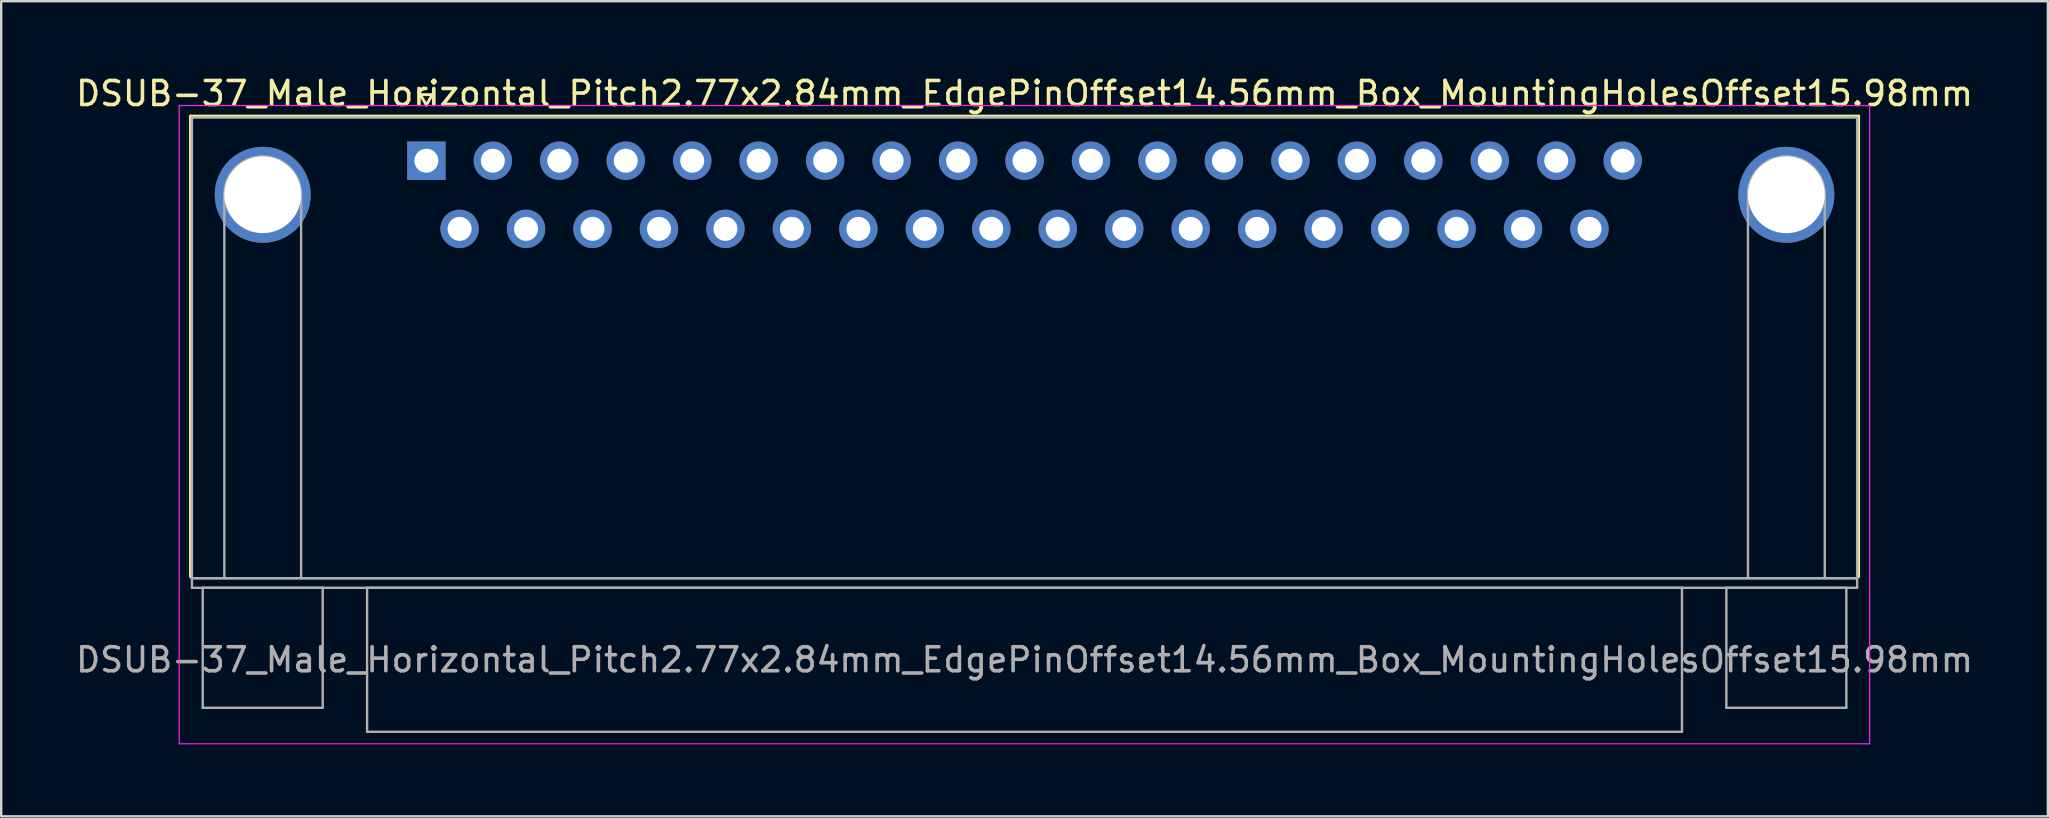
<source format=kicad_pcb>
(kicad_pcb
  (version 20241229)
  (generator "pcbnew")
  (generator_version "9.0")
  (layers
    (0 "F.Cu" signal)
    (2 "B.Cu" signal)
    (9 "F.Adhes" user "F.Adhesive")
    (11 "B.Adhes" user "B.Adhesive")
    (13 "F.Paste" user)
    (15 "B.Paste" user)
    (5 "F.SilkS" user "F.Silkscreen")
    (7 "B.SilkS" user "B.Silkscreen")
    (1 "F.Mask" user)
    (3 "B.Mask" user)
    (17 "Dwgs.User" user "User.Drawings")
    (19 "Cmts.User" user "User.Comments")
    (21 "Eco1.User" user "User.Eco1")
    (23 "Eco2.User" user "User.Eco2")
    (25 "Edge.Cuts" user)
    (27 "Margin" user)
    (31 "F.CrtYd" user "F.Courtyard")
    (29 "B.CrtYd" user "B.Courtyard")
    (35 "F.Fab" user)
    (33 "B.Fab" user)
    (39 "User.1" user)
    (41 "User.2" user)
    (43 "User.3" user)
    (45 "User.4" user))
  (footprint "DSUB-37_Male_Horizontal_Pitch2.77x2.84mm_EdgePinOffset14.56mm_Box_MountingHolesOffset15.98mm"
    (layer "F.Cu")
    (at 14.719 3.648)
    (property "Reference" "DSUB-37_Male_Horizontal_Pitch2.77x2.84mm_EdgePinOffset14.56mm_Box_MountingHolesOffset15.98mm" (at 24.93 -2.8 0) (layer "F.SilkS") (effects (font (size 1 1) (thickness 0.15))))
    (attr through_hole)
    (fp_line (start -9.83 -1.86) (end 59.69 -1.86) (stroke (width 0.12) (type solid)) (layer "F.SilkS"))
    (fp_line (start -9.83 17.34) (end -9.83 -1.86) (stroke (width 0.12) (type solid)) (layer "F.SilkS"))
    (fp_line (start -0.25 -2.754) (end 0.25 -2.754) (stroke (width 0.12) (type solid)) (layer "F.SilkS"))
    (fp_line (start 0 -2.321) (end -0.25 -2.754) (stroke (width 0.12) (type solid)) (layer "F.SilkS"))
    (fp_line (start 0.25 -2.754) (end 0 -2.321) (stroke (width 0.12) (type solid)) (layer "F.SilkS"))
    (fp_line (start 59.69 -1.86) (end 59.69 17.34) (stroke (width 0.12) (type solid)) (layer "F.SilkS"))
    (fp_line (start -10.3 -2.3) (end -10.3 24.3) (stroke (width 0.05) (type solid)) (layer "F.CrtYd"))
    (fp_line (start -10.3 24.3) (end 60.15 24.3) (stroke (width 0.05) (type solid)) (layer "F.CrtYd"))
    (fp_line (start 60.15 -2.3) (end -10.3 -2.3) (stroke (width 0.05) (type solid)) (layer "F.CrtYd"))
    (fp_line (start 60.15 24.3) (end 60.15 -2.3) (stroke (width 0.05) (type solid)) (layer "F.CrtYd"))
    (fp_line (start -9.77 -1.8) (end -9.77 17.4) (stroke (width 0.1) (type solid)) (layer "F.Fab"))
    (fp_line (start -9.77 17.4) (end -9.77 17.8) (stroke (width 0.1) (type solid)) (layer "F.Fab"))
    (fp_line (start -9.77 17.4) (end 59.63 17.4) (stroke (width 0.1) (type solid)) (layer "F.Fab"))
    (fp_line (start -9.77 17.8) (end 59.63 17.8) (stroke (width 0.1) (type solid)) (layer "F.Fab"))
    (fp_line (start -9.32 17.8) (end -9.32 22.8) (stroke (width 0.1) (type solid)) (layer "F.Fab"))
    (fp_line (start -9.32 22.8) (end -4.32 22.8) (stroke (width 0.1) (type solid)) (layer "F.Fab"))
    (fp_line (start -8.42 17.4) (end -8.42 1.42) (stroke (width 0.1) (type solid)) (layer "F.Fab"))
    (fp_line (start -5.22 17.4) (end -5.22 1.42) (stroke (width 0.1) (type solid)) (layer "F.Fab"))
    (fp_line (start -4.32 17.8) (end -9.32 17.8) (stroke (width 0.1) (type solid)) (layer "F.Fab"))
    (fp_line (start -4.32 22.8) (end -4.32 17.8) (stroke (width 0.1) (type solid)) (layer "F.Fab"))
    (fp_line (start -2.47 17.8) (end -2.47 23.8) (stroke (width 0.1) (type solid)) (layer "F.Fab"))
    (fp_line (start -2.47 23.8) (end 52.33 23.8) (stroke (width 0.1) (type solid)) (layer "F.Fab"))
    (fp_line (start 52.33 17.8) (end -2.47 17.8) (stroke (width 0.1) (type solid)) (layer "F.Fab"))
    (fp_line (start 52.33 23.8) (end 52.33 17.8) (stroke (width 0.1) (type solid)) (layer "F.Fab"))
    (fp_line (start 54.18 17.8) (end 54.18 22.8) (stroke (width 0.1) (type solid)) (layer "F.Fab"))
    (fp_line (start 54.18 22.8) (end 59.18 22.8) (stroke (width 0.1) (type solid)) (layer "F.Fab"))
    (fp_line (start 55.08 17.4) (end 55.08 1.42) (stroke (width 0.1) (type solid)) (layer "F.Fab"))
    (fp_line (start 58.28 17.4) (end 58.28 1.42) (stroke (width 0.1) (type solid)) (layer "F.Fab"))
    (fp_line (start 59.18 17.8) (end 54.18 17.8) (stroke (width 0.1) (type solid)) (layer "F.Fab"))
    (fp_line (start 59.18 22.8) (end 59.18 17.8) (stroke (width 0.1) (type solid)) (layer "F.Fab"))
    (fp_line (start 59.63 -1.8) (end -9.77 -1.8) (stroke (width 0.1) (type solid)) (layer "F.Fab"))
    (fp_line (start 59.63 17.4) (end -9.77 17.4) (stroke (width 0.1) (type solid)) (layer "F.Fab"))
    (fp_line (start 59.63 17.4) (end 59.63 -1.8) (stroke (width 0.1) (type solid)) (layer "F.Fab"))
    (fp_line (start 59.63 17.8) (end 59.63 17.4) (stroke (width 0.1) (type solid)) (layer "F.Fab"))
    (fp_arc (start -8.42 1.42) (mid -6.82 -0.18) (end -5.22 1.42) (stroke (width 0.1) (type solid)) (layer "F.Fab"))
    (fp_arc (start 55.08 1.42) (mid 56.68 -0.18) (end 58.28 1.42) (stroke (width 0.1) (type solid)) (layer "F.Fab"))
    (fp_text user "${REFERENCE}" (at 24.93 20.8 0) (layer "F.Fab") (effects (font (size 1 1) (thickness 0.15))))
    (pad "0" thru_hole circle (at -6.82 1.42) (size 4 4) (drill 3.2) (layers "*.Cu" "*.Mask"))
    (pad "0" thru_hole circle (at 56.68 1.42) (size 4 4) (drill 3.2) (layers "*.Cu" "*.Mask"))
    (pad "1" thru_hole rect (at 0 0) (size 1.6 1.6) (drill 1) (layers "*.Cu" "*.Mask"))
    (pad "2" thru_hole circle (at 2.77 0) (size 1.6 1.6) (drill 1) (layers "*.Cu" "*.Mask"))
    (pad "3" thru_hole circle (at 5.54 0) (size 1.6 1.6) (drill 1) (layers "*.Cu" "*.Mask"))
    (pad "4" thru_hole circle (at 8.31 0) (size 1.6 1.6) (drill 1) (layers "*.Cu" "*.Mask"))
    (pad "5" thru_hole circle (at 11.08 0) (size 1.6 1.6) (drill 1) (layers "*.Cu" "*.Mask"))
    (pad "6" thru_hole circle (at 13.85 0) (size 1.6 1.6) (drill 1) (layers "*.Cu" "*.Mask"))
    (pad "7" thru_hole circle (at 16.62 0) (size 1.6 1.6) (drill 1) (layers "*.Cu" "*.Mask"))
    (pad "8" thru_hole circle (at 19.39 0) (size 1.6 1.6) (drill 1) (layers "*.Cu" "*.Mask"))
    (pad "9" thru_hole circle (at 22.16 0) (size 1.6 1.6) (drill 1) (layers "*.Cu" "*.Mask"))
    (pad "10" thru_hole circle (at 24.93 0) (size 1.6 1.6) (drill 1) (layers "*.Cu" "*.Mask"))
    (pad "11" thru_hole circle (at 27.7 0) (size 1.6 1.6) (drill 1) (layers "*.Cu" "*.Mask"))
    (pad "12" thru_hole circle (at 30.47 0) (size 1.6 1.6) (drill 1) (layers "*.Cu" "*.Mask"))
    (pad "13" thru_hole circle (at 33.24 0) (size 1.6 1.6) (drill 1) (layers "*.Cu" "*.Mask"))
    (pad "14" thru_hole circle (at 36.01 0) (size 1.6 1.6) (drill 1) (layers "*.Cu" "*.Mask"))
    (pad "15" thru_hole circle (at 38.78 0) (size 1.6 1.6) (drill 1) (layers "*.Cu" "*.Mask"))
    (pad "16" thru_hole circle (at 41.55 0) (size 1.6 1.6) (drill 1) (layers "*.Cu" "*.Mask"))
    (pad "17" thru_hole circle (at 44.32 0) (size 1.6 1.6) (drill 1) (layers "*.Cu" "*.Mask"))
    (pad "18" thru_hole circle (at 47.09 0) (size 1.6 1.6) (drill 1) (layers "*.Cu" "*.Mask"))
    (pad "19" thru_hole circle (at 49.86 0) (size 1.6 1.6) (drill 1) (layers "*.Cu" "*.Mask"))
    (pad "20" thru_hole circle (at 1.385 2.84) (size 1.6 1.6) (drill 1) (layers "*.Cu" "*.Mask"))
    (pad "21" thru_hole circle (at 4.155 2.84) (size 1.6 1.6) (drill 1) (layers "*.Cu" "*.Mask"))
    (pad "22" thru_hole circle (at 6.925 2.84) (size 1.6 1.6) (drill 1) (layers "*.Cu" "*.Mask"))
    (pad "23" thru_hole circle (at 9.695 2.84) (size 1.6 1.6) (drill 1) (layers "*.Cu" "*.Mask"))
    (pad "24" thru_hole circle (at 12.465 2.84) (size 1.6 1.6) (drill 1) (layers "*.Cu" "*.Mask"))
    (pad "25" thru_hole circle (at 15.235 2.84) (size 1.6 1.6) (drill 1) (layers "*.Cu" "*.Mask"))
    (pad "26" thru_hole circle (at 18.005 2.84) (size 1.6 1.6) (drill 1) (layers "*.Cu" "*.Mask"))
    (pad "27" thru_hole circle (at 20.775 2.84) (size 1.6 1.6) (drill 1) (layers "*.Cu" "*.Mask"))
    (pad "28" thru_hole circle (at 23.545 2.84) (size 1.6 1.6) (drill 1) (layers "*.Cu" "*.Mask"))
    (pad "29" thru_hole circle (at 26.315 2.84) (size 1.6 1.6) (drill 1) (layers "*.Cu" "*.Mask"))
    (pad "30" thru_hole circle (at 29.085 2.84) (size 1.6 1.6) (drill 1) (layers "*.Cu" "*.Mask"))
    (pad "31" thru_hole circle (at 31.855 2.84) (size 1.6 1.6) (drill 1) (layers "*.Cu" "*.Mask"))
    (pad "32" thru_hole circle (at 34.625 2.84) (size 1.6 1.6) (drill 1) (layers "*.Cu" "*.Mask"))
    (pad "33" thru_hole circle (at 37.395 2.84) (size 1.6 1.6) (drill 1) (layers "*.Cu" "*.Mask"))
    (pad "34" thru_hole circle (at 40.165 2.84) (size 1.6 1.6) (drill 1) (layers "*.Cu" "*.Mask"))
    (pad "35" thru_hole circle (at 42.935 2.84) (size 1.6 1.6) (drill 1) (layers "*.Cu" "*.Mask"))
    (pad "36" thru_hole circle (at 45.705 2.84) (size 1.6 1.6) (drill 1) (layers "*.Cu" "*.Mask"))
    (pad "37" thru_hole circle (at 48.475 2.84) (size 1.6 1.6) (drill 1) (layers "*.Cu" "*.Mask")))
  (gr_rect
    (start -3 -3)
    (end 82.298 30.973)
    (stroke (width 0.1) (type default))
    (fill no)
    (layer "Edge.Cuts")))
</source>
